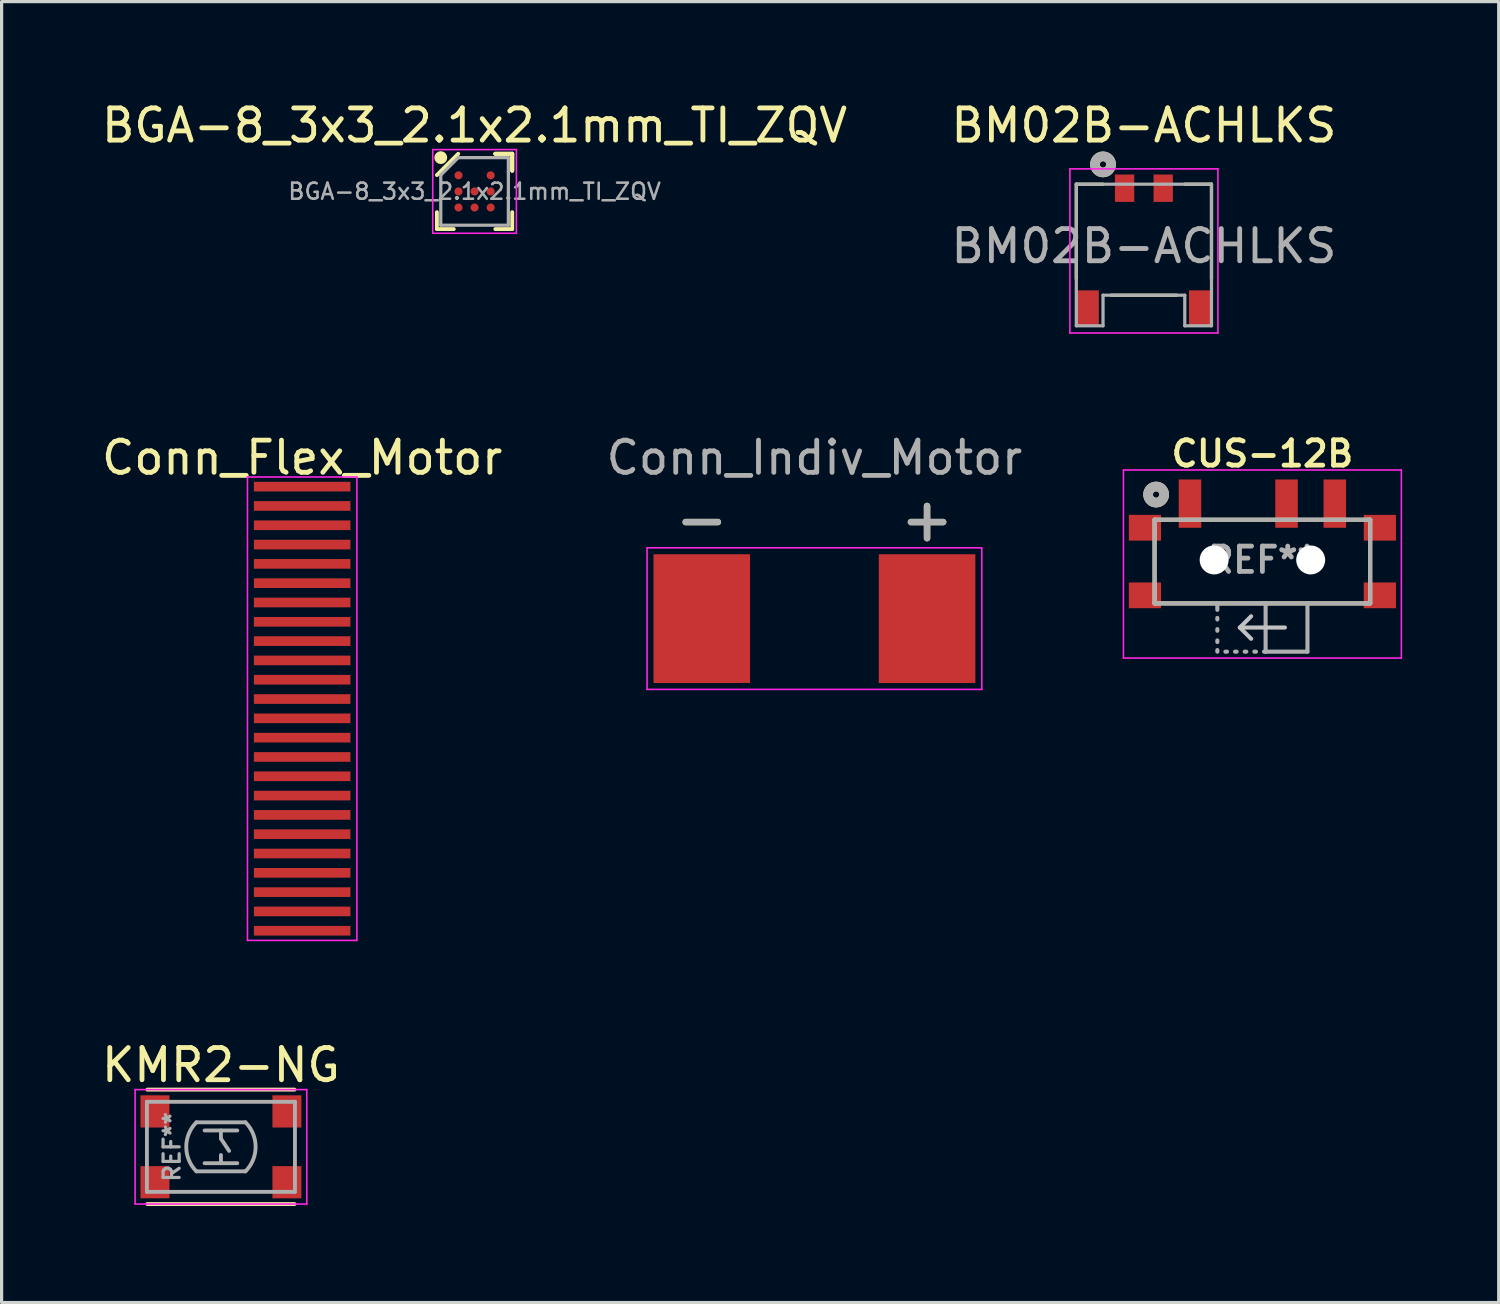
<source format=kicad_pcb>
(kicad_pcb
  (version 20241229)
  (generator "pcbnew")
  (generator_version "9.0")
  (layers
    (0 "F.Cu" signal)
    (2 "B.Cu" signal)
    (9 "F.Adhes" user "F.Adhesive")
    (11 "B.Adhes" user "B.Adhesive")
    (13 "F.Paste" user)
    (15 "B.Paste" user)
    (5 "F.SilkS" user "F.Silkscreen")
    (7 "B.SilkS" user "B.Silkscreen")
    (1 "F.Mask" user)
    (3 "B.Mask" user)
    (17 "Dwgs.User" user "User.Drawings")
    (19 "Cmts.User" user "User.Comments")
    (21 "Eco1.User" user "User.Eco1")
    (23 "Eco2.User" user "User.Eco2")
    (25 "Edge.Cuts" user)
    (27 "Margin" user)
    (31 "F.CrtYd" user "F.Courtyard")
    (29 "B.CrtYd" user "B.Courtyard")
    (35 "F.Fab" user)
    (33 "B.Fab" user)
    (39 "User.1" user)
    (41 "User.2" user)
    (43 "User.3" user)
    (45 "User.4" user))
  (footprint "CUS-12B"
    (layer "F.Cu")
    (at 36.176 14.349)
    (property "Reference" "CUS-12B" (at 0 -3.302 0) (layer "F.SilkS") (effects (font (size 0.787 0.787) (thickness 0.15))))
    (attr through_hole)
    (fp_line (start -3.35 -1.25) (end -3.35 1.35) (stroke (width 0.127) (type solid)) (layer "F.SilkS"))
    (fp_line (start 3.35 -1.25) (end -3.35 -1.25) (stroke (width 0.127) (type solid)) (layer "F.SilkS"))
    (fp_line (start 3.35 1.35) (end -3.35 1.35) (stroke (width 0.127) (type solid)) (layer "F.SilkS"))
    (fp_line (start 3.35 1.35) (end 3.35 -1.25) (stroke (width 0.127) (type solid)) (layer "F.SilkS"))
    (fp_circle (center -3.302 -2.032) (end -3.202 -2.032) (stroke (width 0.3) (type solid)) (fill no) (layer "F.SilkS"))
    (fp_line (start -0.7 2.1) (end -0.35 1.75) (stroke (width 0.127) (type solid)) (layer "Dwgs.User"))
    (fp_line (start -0.7 2.1) (end -0.35 2.45) (stroke (width 0.127) (type solid)) (layer "Dwgs.User"))
    (fp_line (start 0.7 2.1) (end -0.7 2.1) (stroke (width 0.127) (type solid)) (layer "Dwgs.User"))
    (fp_line (start -4.318 -2.794) (end 4.318 -2.794) (stroke (width 0.05) (type solid)) (layer "F.CrtYd"))
    (fp_line (start -4.318 3.048) (end -4.318 -2.794) (stroke (width 0.05) (type solid)) (layer "F.CrtYd"))
    (fp_line (start 4.318 -2.794) (end 4.318 3.048) (stroke (width 0.05) (type solid)) (layer "F.CrtYd"))
    (fp_line (start 4.318 3.048) (end -4.318 3.048) (stroke (width 0.05) (type solid)) (layer "F.CrtYd"))
    (fp_line (start -3.35 -1.25) (end -3.35 1.35) (stroke (width 0.127) (type solid)) (layer "F.Fab"))
    (fp_line (start -1.4 1.35) (end -1.4 1.55) (stroke (width 0.127) (type solid)) (layer "F.Fab"))
    (fp_line (start -1.4 1.85) (end -1.4 1.8) (stroke (width 0.127) (type solid)) (layer "F.Fab"))
    (fp_line (start -1.4 2.2) (end -1.4 2.15) (stroke (width 0.127) (type solid)) (layer "F.Fab"))
    (fp_line (start -1.4 2.55) (end -1.4 2.5) (stroke (width 0.127) (type solid)) (layer "F.Fab"))
    (fp_line (start -1.4 2.85) (end -1.4 2.8) (stroke (width 0.127) (type solid)) (layer "F.Fab"))
    (fp_line (start -1.1 2.85) (end -1.15 2.85) (stroke (width 0.127) (type solid)) (layer "F.Fab"))
    (fp_line (start -0.8 2.85) (end -0.85 2.85) (stroke (width 0.127) (type solid)) (layer "F.Fab"))
    (fp_line (start -0.5 2.85) (end -0.55 2.85) (stroke (width 0.127) (type solid)) (layer "F.Fab"))
    (fp_line (start -0.2 2.85) (end -0.25 2.85) (stroke (width 0.127) (type solid)) (layer "F.Fab"))
    (fp_line (start 0.1 1.35) (end 0.1 2.85) (stroke (width 0.127) (type solid)) (layer "F.Fab"))
    (fp_line (start 0.1 2.85) (end 0.05 2.85) (stroke (width 0.127) (type solid)) (layer "F.Fab"))
    (fp_line (start 0.1 2.85) (end 1.4 2.85) (stroke (width 0.127) (type solid)) (layer "F.Fab"))
    (fp_line (start 1.4 2.85) (end 1.4 1.35) (stroke (width 0.127) (type solid)) (layer "F.Fab"))
    (fp_line (start 3.35 -1.25) (end -3.35 -1.25) (stroke (width 0.127) (type solid)) (layer "F.Fab"))
    (fp_line (start 3.35 1.35) (end -3.35 1.35) (stroke (width 0.127) (type solid)) (layer "F.Fab"))
    (fp_line (start 3.35 1.35) (end 3.35 -1.25) (stroke (width 0.127) (type solid)) (layer "F.Fab"))
    (fp_circle (center -3.302 -2.032) (end -3.202 -2.032) (stroke (width 0.3) (type solid)) (fill no) (layer "F.Fab"))
    (fp_text user "REF**" (at 0 0 0) (layer "F.Fab") (effects (font (size 0.787 0.787) (thickness 0.15))))
    (pad "" smd rect (at -3.65 -1) (size 1 0.8) (layers "F.Cu" "F.Mask" "F.Paste"))
    (pad "" smd rect (at -3.65 1.1) (size 1 0.8) (layers "F.Cu" "F.Mask" "F.Paste"))
    (pad "" np_thru_hole circle (at -1.5 0) (size 0.9 0.9) (drill 0.9) (layers "*.Cu" "*.Mask"))
    (pad "" np_thru_hole circle (at 1.5 0) (size 0.9 0.9) (drill 0.9) (layers "*.Cu" "*.Mask"))
    (pad "" smd rect (at 2.25 -1.75) (size 0.7 1.5) (layers "F.Cu" "F.Mask" "F.Paste"))
    (pad "" smd rect (at 3.65 -1) (size 1 0.8) (layers "F.Cu" "F.Mask" "F.Paste"))
    (pad "" smd rect (at 3.65 1.1) (size 1 0.8) (layers "F.Cu" "F.Mask" "F.Paste"))
    (pad "1" smd rect (at -2.25 -1.75) (size 0.7 1.5) (layers "F.Cu" "F.Mask" "F.Paste"))
    (pad "2" smd rect (at 0.75 -1.75) (size 0.7 1.5) (layers "F.Cu" "F.Mask" "F.Paste")))
  (footprint "Conn_Flex_Motor"
    (layer "F.Cu")
    (at 6.339 18.971)
    (property "Reference" "Conn_Flex_Motor" (at 0 -7.8 0) (layer "F.SilkS") (effects (font (size 1 1) (thickness 0.15))))
    (attr through_hole)
    (fp_line (start -1.7 -7.2) (end 1.7 -7.2) (stroke (width 0.05) (type solid)) (layer "F.CrtYd"))
    (fp_line (start -1.7 7.2) (end -1.7 -7.2) (stroke (width 0.05) (type solid)) (layer "F.CrtYd"))
    (fp_line (start 1.7 -7.2) (end 1.7 7.2) (stroke (width 0.05) (type solid)) (layer "F.CrtYd"))
    (fp_line (start 1.7 7.2) (end -1.7 7.2) (stroke (width 0.05) (type solid)) (layer "F.CrtYd"))
    (pad "1" smd rect (at 0 -6.9) (size 3 0.3) (layers "F.Cu" "F.Mask" "F.Paste"))
    (pad "2" smd rect (at 0 -6.3) (size 3 0.3) (layers "F.Cu" "F.Mask" "F.Paste"))
    (pad "3" smd rect (at 0 -5.7) (size 3 0.3) (layers "F.Cu" "F.Mask" "F.Paste"))
    (pad "4" smd rect (at 0 -5.1) (size 3 0.3) (layers "F.Cu" "F.Mask" "F.Paste"))
    (pad "5" smd rect (at 0 -4.5) (size 3 0.3) (layers "F.Cu" "F.Mask" "F.Paste"))
    (pad "6" smd rect (at 0 -3.9) (size 3 0.3) (layers "F.Cu" "F.Mask" "F.Paste"))
    (pad "7" smd rect (at 0 -3.3) (size 3 0.3) (layers "F.Cu" "F.Mask" "F.Paste"))
    (pad "8" smd rect (at 0 -2.7) (size 3 0.3) (layers "F.Cu" "F.Mask" "F.Paste"))
    (pad "9" smd rect (at 0 -2.1) (size 3 0.3) (layers "F.Cu" "F.Mask" "F.Paste"))
    (pad "10" smd rect (at 0 -1.5) (size 3 0.3) (layers "F.Cu" "F.Mask" "F.Paste"))
    (pad "11" smd rect (at 0 -0.9) (size 3 0.3) (layers "F.Cu" "F.Mask" "F.Paste"))
    (pad "12" smd rect (at 0 -0.3) (size 3 0.3) (layers "F.Cu" "F.Mask" "F.Paste"))
    (pad "13" smd rect (at 0 0.3) (size 3 0.3) (layers "F.Cu" "F.Mask" "F.Paste"))
    (pad "14" smd rect (at 0 0.9) (size 3 0.3) (layers "F.Cu" "F.Mask" "F.Paste"))
    (pad "15" smd rect (at 0 1.5) (size 3 0.3) (layers "F.Cu" "F.Mask" "F.Paste"))
    (pad "16" smd rect (at 0 2.1) (size 3 0.3) (layers "F.Cu" "F.Mask" "F.Paste"))
    (pad "17" smd rect (at 0 2.7) (size 3 0.3) (layers "F.Cu" "F.Mask" "F.Paste"))
    (pad "18" smd rect (at 0 3.3) (size 3 0.3) (layers "F.Cu" "F.Mask" "F.Paste"))
    (pad "19" smd rect (at 0 3.9) (size 3 0.3) (layers "F.Cu" "F.Mask" "F.Paste"))
    (pad "20" smd rect (at 0 4.5) (size 3 0.3) (layers "F.Cu" "F.Mask" "F.Paste"))
    (pad "21" smd rect (at 0 5.1) (size 3 0.3) (layers "F.Cu" "F.Mask" "F.Paste"))
    (pad "22" smd rect (at 0 5.7) (size 3 0.3) (layers "F.Cu" "F.Mask" "F.Paste"))
    (pad "23" smd rect (at 0 6.3) (size 3 0.3) (layers "F.Cu" "F.Mask" "F.Paste"))
    (pad "24" smd rect (at 0 6.9) (size 3 0.3) (layers "F.Cu" "F.Mask" "F.Paste")))
  (footprint "Conn_Indiv_Motor"
    (layer "F.Cu")
    (at 22.256 16.172)
    (property "Reference" "Conn_Indiv_Motor" (at 0 -5 0) (layer "F.Fab") (effects (font (size 1 1) (thickness 0.15))))
    (attr through_hole)
    (fp_line (start -4 -3) (end -3 -3) (stroke (width 0.2) (type solid)) (layer "F.SilkS"))
    (fp_line (start 3 -3) (end 4 -3) (stroke (width 0.2) (type solid)) (layer "F.SilkS"))
    (fp_line (start 3.5 -2.5) (end 3.5 -3.5) (stroke (width 0.2) (type solid)) (layer "F.SilkS"))
    (fp_line (start -5.2 -2.2) (end 5.2 -2.2) (stroke (width 0.05) (type solid)) (layer "F.CrtYd"))
    (fp_line (start -5.2 2.2) (end -5.2 -2.2) (stroke (width 0.05) (type solid)) (layer "F.CrtYd"))
    (fp_line (start 5.2 -2.2) (end 5.2 2.2) (stroke (width 0.05) (type solid)) (layer "F.CrtYd"))
    (fp_line (start 5.2 2.2) (end -5.2 2.2) (stroke (width 0.05) (type solid)) (layer "F.CrtYd"))
    (fp_line (start -4 -3) (end -3 -3) (stroke (width 0.2) (type solid)) (layer "F.Fab"))
    (fp_line (start 3 -3) (end 4 -3) (stroke (width 0.2) (type solid)) (layer "F.Fab"))
    (fp_line (start 3.5 -2.5) (end 3.5 -3.5) (stroke (width 0.2) (type solid)) (layer "F.Fab"))
    (pad "1" smd rect (at 3.5 0) (size 3 4) (layers "F.Cu" "F.Mask" "F.Paste"))
    (pad "2" smd rect (at -3.5 0) (size 3 4) (layers "F.Cu" "F.Mask" "F.Paste")))
  (footprint "BM02B-ACHLKS"
    (layer "F.Cu")
    (at 32.494 4.598)
    (property "Reference" "BM02B-ACHLKS" (at 0 -3.75 0) (layer "F.SilkS") (effects (font (size 1 1) (thickness 0.15))))
    (attr through_hole)
    (fp_line (start -2.1 -1.925) (end -2.1 1.016) (stroke (width 0.1) (type solid)) (layer "F.SilkS"))
    (fp_line (start -1.27 -1.925) (end -2.1 -1.925) (stroke (width 0.1) (type solid)) (layer "F.SilkS"))
    (fp_line (start 1.016 1.524) (end -1.016 1.524) (stroke (width 0.1) (type solid)) (layer "F.SilkS"))
    (fp_line (start 2.1 -1.925) (end 1.27 -1.925) (stroke (width 0.1) (type solid)) (layer "F.SilkS"))
    (fp_line (start 2.1 -1.925) (end 2.1 1.016) (stroke (width 0.1) (type solid)) (layer "F.SilkS"))
    (fp_circle (center -1.27 -2.54) (end -1.17 -2.54) (stroke (width 0.3) (type solid)) (fill no) (layer "F.SilkS"))
    (fp_line (start -2.3 -2.4) (end 2.3 -2.4) (stroke (width 0.05) (type solid)) (layer "F.CrtYd"))
    (fp_line (start -2.3 2.7) (end -2.3 -2.4) (stroke (width 0.05) (type solid)) (layer "F.CrtYd"))
    (fp_line (start 2.3 -2.4) (end 2.3 2.7) (stroke (width 0.05) (type solid)) (layer "F.CrtYd"))
    (fp_line (start 2.3 2.7) (end -2.3 2.7) (stroke (width 0.05) (type solid)) (layer "F.CrtYd"))
    (fp_line (start -2.1 -1.925) (end -2.1 2.475) (stroke (width 0.1) (type solid)) (layer "F.Fab"))
    (fp_line (start -2.1 2.475) (end -1.27 2.475) (stroke (width 0.1) (type solid)) (layer "F.Fab"))
    (fp_line (start -1.27 1.524) (end -1.27 2.475) (stroke (width 0.1) (type solid)) (layer "F.Fab"))
    (fp_line (start 1.27 1.524) (end -1.27 1.524) (stroke (width 0.1) (type solid)) (layer "F.Fab"))
    (fp_line (start 1.27 1.524) (end 1.27 2.475) (stroke (width 0.1) (type solid)) (layer "F.Fab"))
    (fp_line (start 1.27 2.475) (end 2.1 2.475) (stroke (width 0.1) (type solid)) (layer "F.Fab"))
    (fp_line (start 2.1 -1.925) (end -2.1 -1.925) (stroke (width 0.1) (type solid)) (layer "F.Fab"))
    (fp_line (start 2.1 -1.925) (end 2.1 2.475) (stroke (width 0.1) (type solid)) (layer "F.Fab"))
    (fp_circle (center -1.27 -2.54) (end -1.17 -2.54) (stroke (width 0.3) (type solid)) (fill no) (layer "F.Fab"))
    (fp_text user "${REFERENCE}" (at 0 0 0) (layer "F.Fab") (effects (font (size 1 1) (thickness 0.15))))
    (pad "1" smd rect (at -0.6 -1.8) (size 0.6 0.85) (layers "F.Cu" "F.Mask" "F.Paste"))
    (pad "2" smd rect (at 0.6 -1.8) (size 0.6 0.85) (layers "F.Cu" "F.Mask" "F.Paste"))
    (pad "S1" smd rect (at -1.75 1.925) (size 0.7 1.1) (layers "F.Cu" "F.Mask" "F.Paste"))
    (pad "S1" smd rect (at 1.75 1.925) (size 0.7 1.1) (layers "F.Cu" "F.Mask" "F.Paste")))
  (footprint "KMR2-NG"
    (layer "F.Cu")
    (at 3.815 32.585)
    (property "Reference" "KMR2-NG" (at 0 -2.54 0) (layer "F.SilkS") (effects (font (size 1 1) (thickness 0.15))))
    (attr through_hole)
    (fp_line (start -2.286 -1.778) (end 2.286 -1.778) (stroke (width 0.12) (type solid)) (layer "F.SilkS"))
    (fp_line (start -2.286 1.778) (end 2.286 1.778) (stroke (width 0.12) (type solid)) (layer "F.SilkS"))
    (fp_line (start -2.667 -1.778) (end -2.667 1.778) (stroke (width 0.05) (type solid)) (layer "F.CrtYd"))
    (fp_line (start -2.667 1.778) (end 2.667 1.778) (stroke (width 0.05) (type solid)) (layer "F.CrtYd"))
    (fp_line (start 2.667 -1.778) (end -2.667 -1.778) (stroke (width 0.05) (type solid)) (layer "F.CrtYd"))
    (fp_line (start 2.667 1.778) (end 2.667 -1.778) (stroke (width 0.05) (type solid)) (layer "F.CrtYd"))
    (fp_line (start -2.3 -1.4) (end -2.3 1.4) (stroke (width 0.12) (type solid)) (layer "F.Fab"))
    (fp_line (start -2.3 -1.4) (end 2.3 -1.4) (stroke (width 0.12) (type solid)) (layer "F.Fab"))
    (fp_line (start -2.3 1.4) (end 2.3 1.4) (stroke (width 0.12) (type solid)) (layer "F.Fab"))
    (fp_line (start -0.762 -0.762) (end 0.762 -0.762) (stroke (width 0.12) (type solid)) (layer "F.Fab"))
    (fp_line (start -0.762 0.762) (end 0.762 0.762) (stroke (width 0.12) (type solid)) (layer "F.Fab"))
    (fp_line (start -0.508 -0.508) (end 0.508 -0.508) (stroke (width 0.12) (type solid)) (layer "F.Fab"))
    (fp_line (start -0.508 0.508) (end 0.508 0.508) (stroke (width 0.12) (type solid)) (layer "F.Fab"))
    (fp_line (start 0 -0.508) (end 0 -0.254) (stroke (width 0.12) (type solid)) (layer "F.Fab"))
    (fp_line (start 0 -0.254) (end 0.254 0.127) (stroke (width 0.12) (type solid)) (layer "F.Fab"))
    (fp_line (start 0 0.254) (end 0 0.508) (stroke (width 0.12) (type solid)) (layer "F.Fab"))
    (fp_line (start 2.3 -1.4) (end 2.3 1.4) (stroke (width 0.12) (type solid)) (layer "F.Fab"))
    (fp_arc (start -0.762 0.761998) (mid -1.07763 -0.000001) (end -0.762 -0.762) (stroke (width 0.12) (type solid)) (layer "F.Fab"))
    (fp_arc (start 0.761999 -0.761999) (mid 1.077629 0) (end 0.761999 0.761999) (stroke (width 0.12) (type solid)) (layer "F.Fab"))
    (fp_text user "REF**" (at -1.524 0 90) (layer "F.Fab") (effects (font (size 0.5 0.5) (thickness 0.1))))
    (pad "1" smd rect (at -2.05 1.1) (size 0.9 1) (layers "F.Cu" "F.Mask" "F.Paste"))
    (pad "1" smd rect (at 2.05 1.1) (size 0.9 1) (layers "F.Cu" "F.Mask" "F.Paste"))
    (pad "2" smd rect (at -2.05 -1.1) (size 0.9 1) (layers "F.Cu" "F.Mask" "F.Paste"))
    (pad "2" smd rect (at 2.05 -1.1) (size 0.9 1) (layers "F.Cu" "F.Mask" "F.Paste")))
  (footprint "BGA-8_3x3_2.1x2.1mm_TI_ZQV"
    (layer "F.Cu")
    (at 11.696 2.898)
    (property "Reference" "BGA-8_3x3_2.1x2.1mm_TI_ZQV" (at 0 -2.05 0) (layer "F.SilkS") (effects (font (size 1 1) (thickness 0.15))))
    (attr smd)
    (fp_line (start -1.17 1.17) (end -1.17 0.645) (stroke (width 0.12) (type solid)) (layer "F.SilkS"))
    (fp_line (start -0.645 1.17) (end -1.17 1.17) (stroke (width 0.12) (type solid)) (layer "F.SilkS"))
    (fp_line (start -0.508 -1.17) (end -1.17 -0.508) (stroke (width 0.12) (type solid)) (layer "F.SilkS"))
    (fp_line (start 0.645 -1.17) (end 1.17 -1.17) (stroke (width 0.12) (type solid)) (layer "F.SilkS"))
    (fp_line (start 0.645 -1.17) (end 1.17 -1.17) (stroke (width 0.12) (type solid)) (layer "F.SilkS"))
    (fp_line (start 0.645 -1.17) (end 1.17 -1.17) (stroke (width 0.12) (type solid)) (layer "F.SilkS"))
    (fp_line (start 0.645 1.17) (end 1.17 1.17) (stroke (width 0.12) (type solid)) (layer "F.SilkS"))
    (fp_line (start 1.17 -1.17) (end 1.17 -0.645) (stroke (width 0.12) (type solid)) (layer "F.SilkS"))
    (fp_line (start 1.17 -1.17) (end 1.17 -0.645) (stroke (width 0.12) (type solid)) (layer "F.SilkS"))
    (fp_line (start 1.17 -1.17) (end 1.17 -0.645) (stroke (width 0.12) (type solid)) (layer "F.SilkS"))
    (fp_line (start 1.17 1.17) (end 1.17 0.645) (stroke (width 0.12) (type solid)) (layer "F.SilkS"))
    (fp_circle (center -1.05 -1.05) (end -1.05 -0.95) (stroke (width 0.2) (type solid)) (fill no) (layer "F.SilkS"))
    (fp_line (start -1.3 -1.3) (end 1.3 -1.3) (stroke (width 0.05) (type solid)) (layer "F.CrtYd"))
    (fp_line (start -1.3 1.3) (end -1.3 -1.3) (stroke (width 0.05) (type solid)) (layer "F.CrtYd"))
    (fp_line (start 1.3 -1.3) (end 1.3 1.3) (stroke (width 0.05) (type solid)) (layer "F.CrtYd"))
    (fp_line (start 1.3 1.3) (end -1.3 1.3) (stroke (width 0.05) (type solid)) (layer "F.CrtYd"))
    (fp_line (start -1.05 -0.508) (end -1.05 1.05) (stroke (width 0.1) (type solid)) (layer "F.Fab"))
    (fp_line (start -1.05 1.05) (end 1.05 1.05) (stroke (width 0.1) (type solid)) (layer "F.Fab"))
    (fp_line (start -0.508 -1.05) (end -1.05 -0.508) (stroke (width 0.1) (type solid)) (layer "F.Fab"))
    (fp_line (start 1.05 -1.05) (end -0.508 -1.05) (stroke (width 0.1) (type solid)) (layer "F.Fab"))
    (fp_line (start 1.05 1.05) (end 1.05 -1.05) (stroke (width 0.1) (type solid)) (layer "F.Fab"))
    (fp_text user "${REFERENCE}" (at 0 0 0) (layer "F.Fab") (effects (font (size 0.5 0.5) (thickness 0.08))))
    (pad "A1" smd circle (at -0.5 -0.5) (size 0.25 0.25) (layers "F.Cu" "F.Mask" "F.Paste"))
    (pad "A3" smd circle (at 0.5 -0.5) (size 0.25 0.25) (layers "F.Cu" "F.Mask" "F.Paste"))
    (pad "B1" smd circle (at -0.5 0) (size 0.25 0.25) (layers "F.Cu" "F.Mask" "F.Paste"))
    (pad "B2" smd circle (at 0 0) (size 0.25 0.25) (layers "F.Cu" "F.Mask" "F.Paste"))
    (pad "B3" smd circle (at 0.5 0) (size 0.25 0.25) (layers "F.Cu" "F.Mask" "F.Paste"))
    (pad "C1" smd circle (at -0.5 0.5) (size 0.25 0.25) (layers "F.Cu" "F.Mask" "F.Paste"))
    (pad "C2" smd circle (at 0 0.5) (size 0.25 0.25) (layers "F.Cu" "F.Mask" "F.Paste"))
    (pad "C3" smd circle (at 0.5 0.5) (size 0.25 0.25) (layers "F.Cu" "F.Mask" "F.Paste")))
  (gr_rect
    (start -3 -3)
    (end 43.519 37.423)
    (stroke (width 0.1) (type default))
    (fill no)
    (layer "Edge.Cuts")))
</source>
